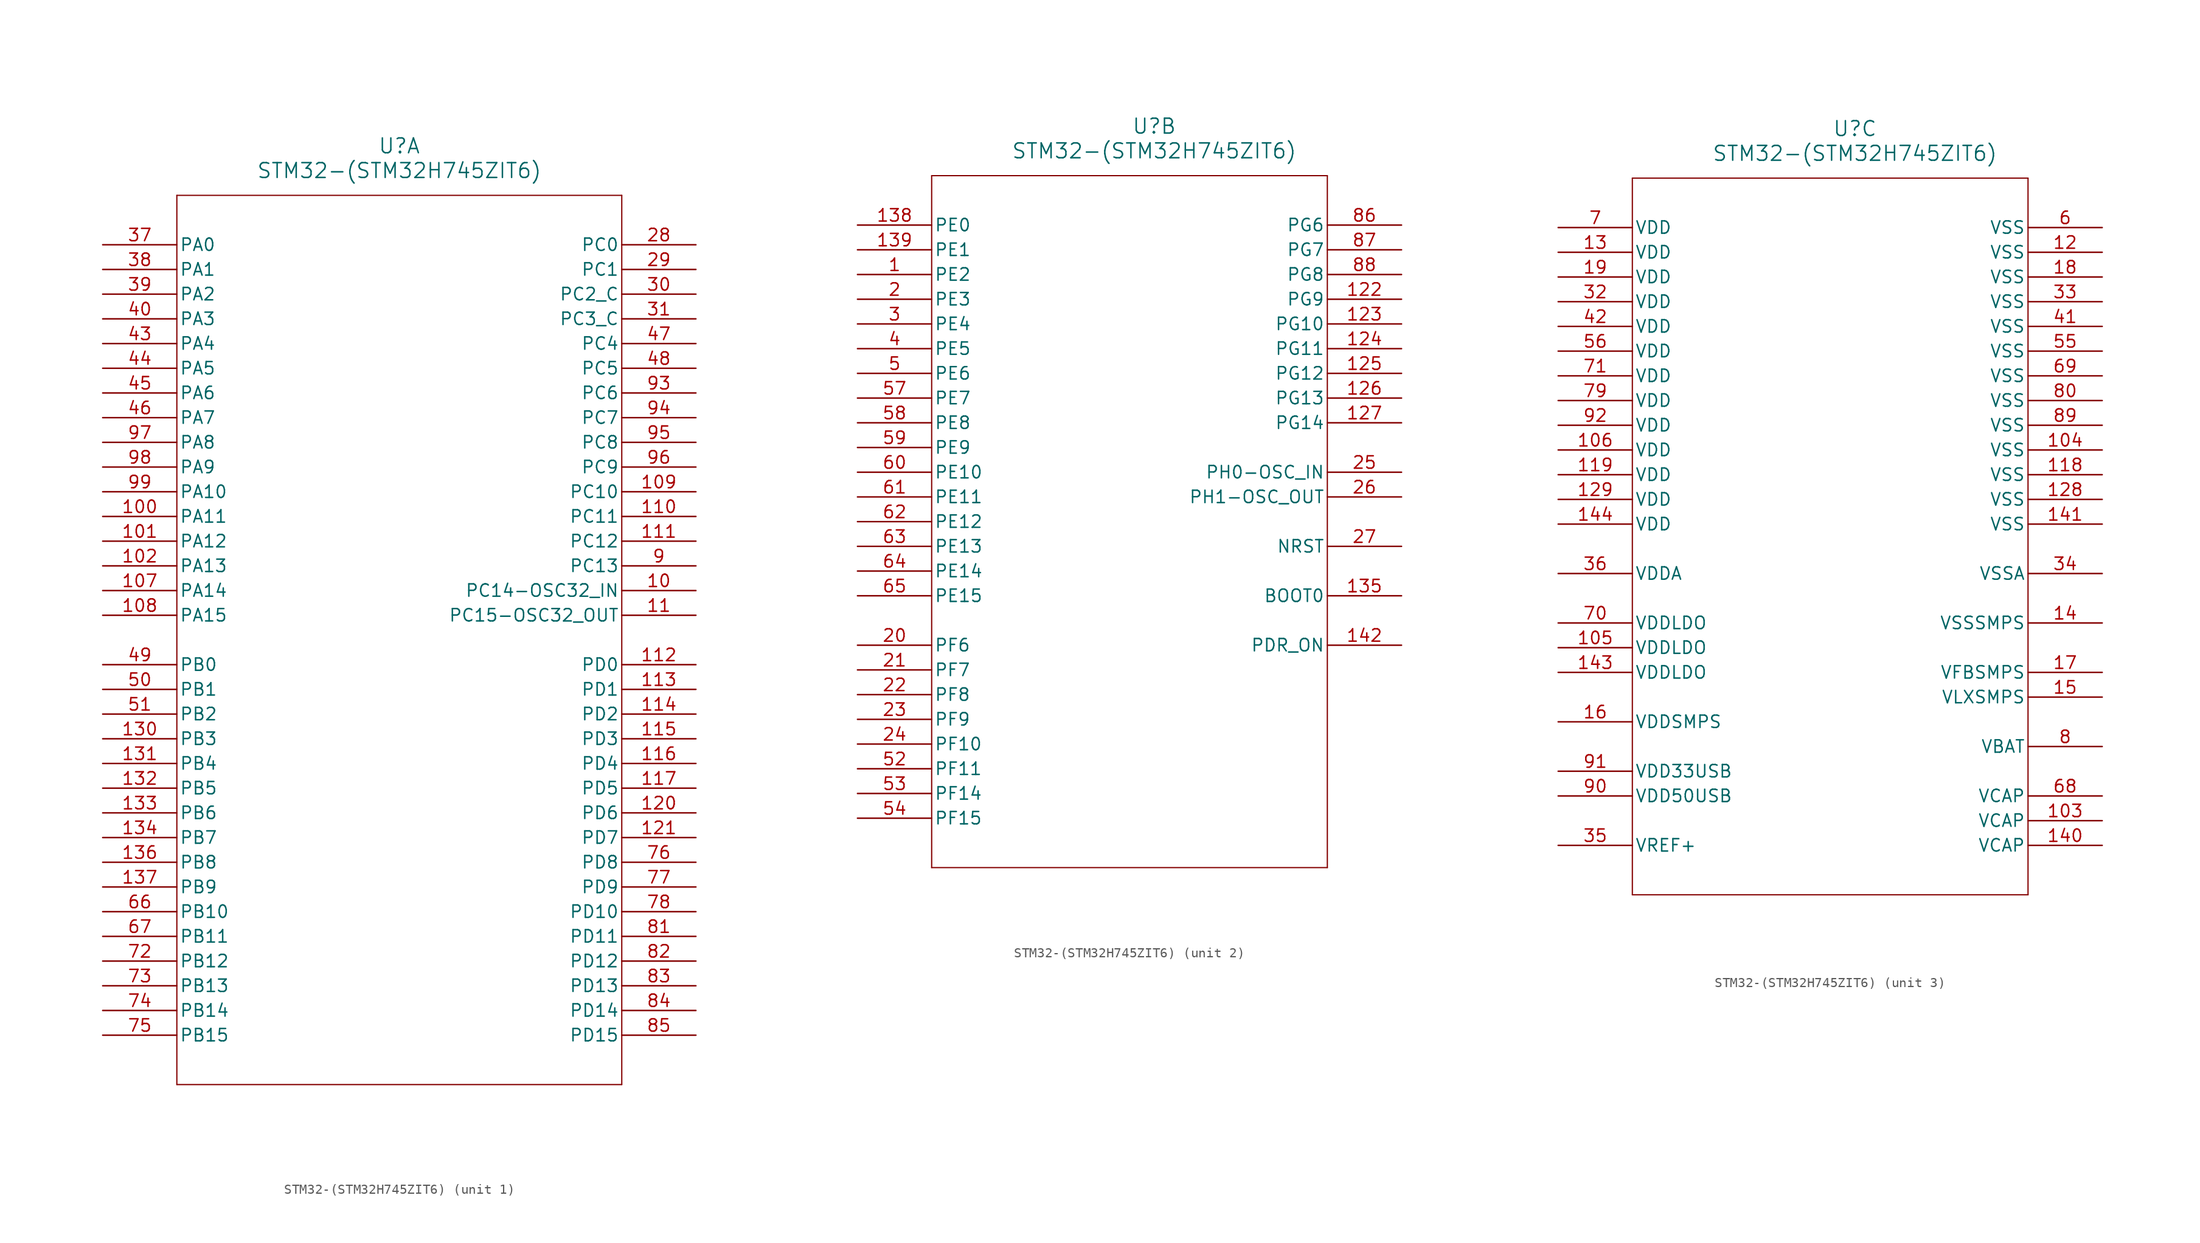
<source format=kicad_sym>
(kicad_symbol_lib
  (version 20220914)
  (generator kicad_symbol_editor)
  (symbol "STM32-(STM32H745ZIT6)"
    (pin_names
      (offset 0.254))
    (property "Reference" "U"
      (at 30.48 10.16 0)
      (effects (font (size 1.524 1.524))))
    (property "Value" "STM32-(STM32H745ZIT6)"
      (at 30.48 7.62 0)
      (effects (font (size 1.524 1.524))))
    (property "ki_locked" ""
      (at 0 0 0)
      (effects (font (size 1.27 1.27))))
    (symbol "STM32-(STM32H745ZIT6)_1_1"
      (polyline (pts (xy 7.62 -86.36) (xy 53.34 -86.36)) (stroke (width 0.127) (type default)) (fill (type none)))
      (polyline (pts (xy 7.62 5.08) (xy 7.62 -86.36)) (stroke (width 0.127) (type default)) (fill (type none)))
      (polyline (pts (xy 53.34 -86.36) (xy 53.34 5.08)) (stroke (width 0.127) (type default)) (fill (type none)))
      (polyline (pts (xy 53.34 5.08) (xy 7.62 5.08)) (stroke (width 0.127) (type default)) (fill (type none)))
      (pin bidirectional line (at 60.96 -35.56 180) (length 7.62) (name "PC14-OSC32_IN" (effects (font (size 1.27 1.27)))) (number "10" (effects (font (size 1.27 1.27)))))
      (pin bidirectional line (at 0 -27.94 0) (length 7.62) (name "PA11" (effects (font (size 1.27 1.27)))) (number "100" (effects (font (size 1.27 1.27)))))
      (pin bidirectional line (at 0 -30.48 0) (length 7.62) (name "PA12" (effects (font (size 1.27 1.27)))) (number "101" (effects (font (size 1.27 1.27)))))
      (pin bidirectional line (at 0 -33.02 0) (length 7.62) (name "PA13" (effects (font (size 1.27 1.27)))) (number "102" (effects (font (size 1.27 1.27)))))
      (pin bidirectional line (at 0 -35.56 0) (length 7.62) (name "PA14" (effects (font (size 1.27 1.27)))) (number "107" (effects (font (size 1.27 1.27)))))
      (pin bidirectional line (at 0 -38.1 0) (length 7.62) (name "PA15" (effects (font (size 1.27 1.27)))) (number "108" (effects (font (size 1.27 1.27)))))
      (pin bidirectional line (at 60.96 -25.4 180) (length 7.62) (name "PC10" (effects (font (size 1.27 1.27)))) (number "109" (effects (font (size 1.27 1.27)))))
      (pin bidirectional line (at 60.96 -38.1 180) (length 7.62) (name "PC15-OSC32_OUT" (effects (font (size 1.27 1.27)))) (number "11" (effects (font (size 1.27 1.27)))))
      (pin bidirectional line (at 60.96 -27.94 180) (length 7.62) (name "PC11" (effects (font (size 1.27 1.27)))) (number "110" (effects (font (size 1.27 1.27)))))
      (pin bidirectional line (at 60.96 -30.48 180) (length 7.62) (name "PC12" (effects (font (size 1.27 1.27)))) (number "111" (effects (font (size 1.27 1.27)))))
      (pin bidirectional line (at 60.96 -43.18 180) (length 7.62) (name "PD0" (effects (font (size 1.27 1.27)))) (number "112" (effects (font (size 1.27 1.27)))))
      (pin bidirectional line (at 60.96 -45.72 180) (length 7.62) (name "PD1" (effects (font (size 1.27 1.27)))) (number "113" (effects (font (size 1.27 1.27)))))
      (pin bidirectional line (at 60.96 -48.26 180) (length 7.62) (name "PD2" (effects (font (size 1.27 1.27)))) (number "114" (effects (font (size 1.27 1.27)))))
      (pin bidirectional line (at 60.96 -50.8 180) (length 7.62) (name "PD3" (effects (font (size 1.27 1.27)))) (number "115" (effects (font (size 1.27 1.27)))))
      (pin bidirectional line (at 60.96 -53.34 180) (length 7.62) (name "PD4" (effects (font (size 1.27 1.27)))) (number "116" (effects (font (size 1.27 1.27)))))
      (pin bidirectional line (at 60.96 -55.88 180) (length 7.62) (name "PD5" (effects (font (size 1.27 1.27)))) (number "117" (effects (font (size 1.27 1.27)))))
      (pin bidirectional line (at 60.96 -58.42 180) (length 7.62) (name "PD6" (effects (font (size 1.27 1.27)))) (number "120" (effects (font (size 1.27 1.27)))))
      (pin bidirectional line (at 60.96 -60.96 180) (length 7.62) (name "PD7" (effects (font (size 1.27 1.27)))) (number "121" (effects (font (size 1.27 1.27)))))
      (pin bidirectional line (at 0 -50.8 0) (length 7.62) (name "PB3" (effects (font (size 1.27 1.27)))) (number "130" (effects (font (size 1.27 1.27)))))
      (pin bidirectional line (at 0 -53.34 0) (length 7.62) (name "PB4" (effects (font (size 1.27 1.27)))) (number "131" (effects (font (size 1.27 1.27)))))
      (pin bidirectional line (at 0 -55.88 0) (length 7.62) (name "PB5" (effects (font (size 1.27 1.27)))) (number "132" (effects (font (size 1.27 1.27)))))
      (pin bidirectional line (at 0 -58.42 0) (length 7.62) (name "PB6" (effects (font (size 1.27 1.27)))) (number "133" (effects (font (size 1.27 1.27)))))
      (pin bidirectional line (at 0 -60.96 0) (length 7.62) (name "PB7" (effects (font (size 1.27 1.27)))) (number "134" (effects (font (size 1.27 1.27)))))
      (pin bidirectional line (at 0 -63.5 0) (length 7.62) (name "PB8" (effects (font (size 1.27 1.27)))) (number "136" (effects (font (size 1.27 1.27)))))
      (pin bidirectional line (at 0 -66.04 0) (length 7.62) (name "PB9" (effects (font (size 1.27 1.27)))) (number "137" (effects (font (size 1.27 1.27)))))
      (pin bidirectional line (at 60.96 0 180) (length 7.62) (name "PC0" (effects (font (size 1.27 1.27)))) (number "28" (effects (font (size 1.27 1.27)))))
      (pin bidirectional line (at 60.96 -2.54 180) (length 7.62) (name "PC1" (effects (font (size 1.27 1.27)))) (number "29" (effects (font (size 1.27 1.27)))))
      (pin bidirectional line (at 60.96 -5.08 180) (length 7.62) (name "PC2_C" (effects (font (size 1.27 1.27)))) (number "30" (effects (font (size 1.27 1.27)))))
      (pin bidirectional line (at 60.96 -7.62 180) (length 7.62) (name "PC3_C" (effects (font (size 1.27 1.27)))) (number "31" (effects (font (size 1.27 1.27)))))
      (pin bidirectional line (at 0 0 0) (length 7.62) (name "PA0" (effects (font (size 1.27 1.27)))) (number "37" (effects (font (size 1.27 1.27)))))
      (pin bidirectional line (at 0 -2.54 0) (length 7.62) (name "PA1" (effects (font (size 1.27 1.27)))) (number "38" (effects (font (size 1.27 1.27)))))
      (pin bidirectional line (at 0 -5.08 0) (length 7.62) (name "PA2" (effects (font (size 1.27 1.27)))) (number "39" (effects (font (size 1.27 1.27)))))
      (pin bidirectional line (at 0 -7.62 0) (length 7.62) (name "PA3" (effects (font (size 1.27 1.27)))) (number "40" (effects (font (size 1.27 1.27)))))
      (pin bidirectional line (at 0 -10.16 0) (length 7.62) (name "PA4" (effects (font (size 1.27 1.27)))) (number "43" (effects (font (size 1.27 1.27)))))
      (pin bidirectional line (at 0 -12.7 0) (length 7.62) (name "PA5" (effects (font (size 1.27 1.27)))) (number "44" (effects (font (size 1.27 1.27)))))
      (pin bidirectional line (at 0 -15.24 0) (length 7.62) (name "PA6" (effects (font (size 1.27 1.27)))) (number "45" (effects (font (size 1.27 1.27)))))
      (pin bidirectional line (at 0 -17.78 0) (length 7.62) (name "PA7" (effects (font (size 1.27 1.27)))) (number "46" (effects (font (size 1.27 1.27)))))
      (pin bidirectional line (at 60.96 -10.16 180) (length 7.62) (name "PC4" (effects (font (size 1.27 1.27)))) (number "47" (effects (font (size 1.27 1.27)))))
      (pin bidirectional line (at 60.96 -12.7 180) (length 7.62) (name "PC5" (effects (font (size 1.27 1.27)))) (number "48" (effects (font (size 1.27 1.27)))))
      (pin bidirectional line (at 0 -43.18 0) (length 7.62) (name "PB0" (effects (font (size 1.27 1.27)))) (number "49" (effects (font (size 1.27 1.27)))))
      (pin bidirectional line (at 0 -45.72 0) (length 7.62) (name "PB1" (effects (font (size 1.27 1.27)))) (number "50" (effects (font (size 1.27 1.27)))))
      (pin bidirectional line (at 0 -48.26 0) (length 7.62) (name "PB2" (effects (font (size 1.27 1.27)))) (number "51" (effects (font (size 1.27 1.27)))))
      (pin bidirectional line (at 0 -68.58 0) (length 7.62) (name "PB10" (effects (font (size 1.27 1.27)))) (number "66" (effects (font (size 1.27 1.27)))))
      (pin bidirectional line (at 0 -71.12 0) (length 7.62) (name "PB11" (effects (font (size 1.27 1.27)))) (number "67" (effects (font (size 1.27 1.27)))))
      (pin bidirectional line (at 0 -73.66 0) (length 7.62) (name "PB12" (effects (font (size 1.27 1.27)))) (number "72" (effects (font (size 1.27 1.27)))))
      (pin bidirectional line (at 0 -76.2 0) (length 7.62) (name "PB13" (effects (font (size 1.27 1.27)))) (number "73" (effects (font (size 1.27 1.27)))))
      (pin bidirectional line (at 0 -78.74 0) (length 7.62) (name "PB14" (effects (font (size 1.27 1.27)))) (number "74" (effects (font (size 1.27 1.27)))))
      (pin bidirectional line (at 0 -81.28 0) (length 7.62) (name "PB15" (effects (font (size 1.27 1.27)))) (number "75" (effects (font (size 1.27 1.27)))))
      (pin bidirectional line (at 60.96 -63.5 180) (length 7.62) (name "PD8" (effects (font (size 1.27 1.27)))) (number "76" (effects (font (size 1.27 1.27)))))
      (pin bidirectional line (at 60.96 -66.04 180) (length 7.62) (name "PD9" (effects (font (size 1.27 1.27)))) (number "77" (effects (font (size 1.27 1.27)))))
      (pin bidirectional line (at 60.96 -68.58 180) (length 7.62) (name "PD10" (effects (font (size 1.27 1.27)))) (number "78" (effects (font (size 1.27 1.27)))))
      (pin bidirectional line (at 60.96 -71.12 180) (length 7.62) (name "PD11" (effects (font (size 1.27 1.27)))) (number "81" (effects (font (size 1.27 1.27)))))
      (pin bidirectional line (at 60.96 -73.66 180) (length 7.62) (name "PD12" (effects (font (size 1.27 1.27)))) (number "82" (effects (font (size 1.27 1.27)))))
      (pin bidirectional line (at 60.96 -76.2 180) (length 7.62) (name "PD13" (effects (font (size 1.27 1.27)))) (number "83" (effects (font (size 1.27 1.27)))))
      (pin bidirectional line (at 60.96 -78.74 180) (length 7.62) (name "PD14" (effects (font (size 1.27 1.27)))) (number "84" (effects (font (size 1.27 1.27)))))
      (pin bidirectional line (at 60.96 -81.28 180) (length 7.62) (name "PD15" (effects (font (size 1.27 1.27)))) (number "85" (effects (font (size 1.27 1.27)))))
      (pin bidirectional line (at 60.96 -33.02 180) (length 7.62) (name "PC13" (effects (font (size 1.27 1.27)))) (number "9" (effects (font (size 1.27 1.27)))))
      (pin bidirectional line (at 60.96 -15.24 180) (length 7.62) (name "PC6" (effects (font (size 1.27 1.27)))) (number "93" (effects (font (size 1.27 1.27)))))
      (pin bidirectional line (at 60.96 -17.78 180) (length 7.62) (name "PC7" (effects (font (size 1.27 1.27)))) (number "94" (effects (font (size 1.27 1.27)))))
      (pin bidirectional line (at 60.96 -20.32 180) (length 7.62) (name "PC8" (effects (font (size 1.27 1.27)))) (number "95" (effects (font (size 1.27 1.27)))))
      (pin bidirectional line (at 60.96 -22.86 180) (length 7.62) (name "PC9" (effects (font (size 1.27 1.27)))) (number "96" (effects (font (size 1.27 1.27)))))
      (pin bidirectional line (at 0 -20.32 0) (length 7.62) (name "PA8" (effects (font (size 1.27 1.27)))) (number "97" (effects (font (size 1.27 1.27)))))
      (pin bidirectional line (at 0 -22.86 0) (length 7.62) (name "PA9" (effects (font (size 1.27 1.27)))) (number "98" (effects (font (size 1.27 1.27)))))
      (pin bidirectional line (at 0 -25.4 0) (length 7.62) (name "PA10" (effects (font (size 1.27 1.27)))) (number "99" (effects (font (size 1.27 1.27))))))
    (symbol "STM32-(STM32H745ZIT6)_2_1"
      (polyline (pts (xy 7.62 -66.04) (xy 48.26 -66.04)) (stroke (width 0.127) (type default)) (fill (type none)))
      (polyline (pts (xy 7.62 5.08) (xy 7.62 -66.04)) (stroke (width 0.127) (type default)) (fill (type none)))
      (polyline (pts (xy 48.26 -66.04) (xy 48.26 5.08)) (stroke (width 0.127) (type default)) (fill (type none)))
      (polyline (pts (xy 48.26 5.08) (xy 7.62 5.08)) (stroke (width 0.127) (type default)) (fill (type none)))
      (pin bidirectional line (at 0 -5.08 0) (length 7.62) (name "PE2" (effects (font (size 1.27 1.27)))) (number "1" (effects (font (size 1.27 1.27)))))
      (pin bidirectional line (at 55.88 -7.62 180) (length 7.62) (name "PG9" (effects (font (size 1.27 1.27)))) (number "122" (effects (font (size 1.27 1.27)))))
      (pin bidirectional line (at 55.88 -10.16 180) (length 7.62) (name "PG10" (effects (font (size 1.27 1.27)))) (number "123" (effects (font (size 1.27 1.27)))))
      (pin bidirectional line (at 55.88 -12.7 180) (length 7.62) (name "PG11" (effects (font (size 1.27 1.27)))) (number "124" (effects (font (size 1.27 1.27)))))
      (pin bidirectional line (at 55.88 -15.24 180) (length 7.62) (name "PG12" (effects (font (size 1.27 1.27)))) (number "125" (effects (font (size 1.27 1.27)))))
      (pin bidirectional line (at 55.88 -17.78 180) (length 7.62) (name "PG13" (effects (font (size 1.27 1.27)))) (number "126" (effects (font (size 1.27 1.27)))))
      (pin bidirectional line (at 55.88 -20.32 180) (length 7.62) (name "PG14" (effects (font (size 1.27 1.27)))) (number "127" (effects (font (size 1.27 1.27)))))
      (pin input line (at 55.88 -38.1 180) (length 7.62) (name "BOOT0" (effects (font (size 1.27 1.27)))) (number "135" (effects (font (size 1.27 1.27)))))
      (pin bidirectional line (at 0 0 0) (length 7.62) (name "PE0" (effects (font (size 1.27 1.27)))) (number "138" (effects (font (size 1.27 1.27)))))
      (pin bidirectional line (at 0 -2.54 0) (length 7.62) (name "PE1" (effects (font (size 1.27 1.27)))) (number "139" (effects (font (size 1.27 1.27)))))
      (pin bidirectional line (at 55.88 -43.18 180) (length 7.62) (name "PDR_ON" (effects (font (size 1.27 1.27)))) (number "142" (effects (font (size 1.27 1.27)))))
      (pin bidirectional line (at 0 -7.62 0) (length 7.62) (name "PE3" (effects (font (size 1.27 1.27)))) (number "2" (effects (font (size 1.27 1.27)))))
      (pin bidirectional line (at 0 -43.18 0) (length 7.62) (name "PF6" (effects (font (size 1.27 1.27)))) (number "20" (effects (font (size 1.27 1.27)))))
      (pin bidirectional line (at 0 -45.72 0) (length 7.62) (name "PF7" (effects (font (size 1.27 1.27)))) (number "21" (effects (font (size 1.27 1.27)))))
      (pin bidirectional line (at 0 -48.26 0) (length 7.62) (name "PF8" (effects (font (size 1.27 1.27)))) (number "22" (effects (font (size 1.27 1.27)))))
      (pin bidirectional line (at 0 -50.8 0) (length 7.62) (name "PF9" (effects (font (size 1.27 1.27)))) (number "23" (effects (font (size 1.27 1.27)))))
      (pin bidirectional line (at 0 -53.34 0) (length 7.62) (name "PF10" (effects (font (size 1.27 1.27)))) (number "24" (effects (font (size 1.27 1.27)))))
      (pin bidirectional line (at 55.88 -25.4 180) (length 7.62) (name "PH0-OSC_IN" (effects (font (size 1.27 1.27)))) (number "25" (effects (font (size 1.27 1.27)))))
      (pin bidirectional line (at 55.88 -27.94 180) (length 7.62) (name "PH1-OSC_OUT" (effects (font (size 1.27 1.27)))) (number "26" (effects (font (size 1.27 1.27)))))
      (pin bidirectional line (at 55.88 -33.02 180) (length 7.62) (name "NRST" (effects (font (size 1.27 1.27)))) (number "27" (effects (font (size 1.27 1.27)))))
      (pin bidirectional line (at 0 -10.16 0) (length 7.62) (name "PE4" (effects (font (size 1.27 1.27)))) (number "3" (effects (font (size 1.27 1.27)))))
      (pin bidirectional line (at 0 -12.7 0) (length 7.62) (name "PE5" (effects (font (size 1.27 1.27)))) (number "4" (effects (font (size 1.27 1.27)))))
      (pin bidirectional line (at 0 -15.24 0) (length 7.62) (name "PE6" (effects (font (size 1.27 1.27)))) (number "5" (effects (font (size 1.27 1.27)))))
      (pin bidirectional line (at 0 -55.88 0) (length 7.62) (name "PF11" (effects (font (size 1.27 1.27)))) (number "52" (effects (font (size 1.27 1.27)))))
      (pin bidirectional line (at 0 -58.42 0) (length 7.62) (name "PF14" (effects (font (size 1.27 1.27)))) (number "53" (effects (font (size 1.27 1.27)))))
      (pin bidirectional line (at 0 -60.96 0) (length 7.62) (name "PF15" (effects (font (size 1.27 1.27)))) (number "54" (effects (font (size 1.27 1.27)))))
      (pin bidirectional line (at 0 -17.78 0) (length 7.62) (name "PE7" (effects (font (size 1.27 1.27)))) (number "57" (effects (font (size 1.27 1.27)))))
      (pin bidirectional line (at 0 -20.32 0) (length 7.62) (name "PE8" (effects (font (size 1.27 1.27)))) (number "58" (effects (font (size 1.27 1.27)))))
      (pin bidirectional line (at 0 -22.86 0) (length 7.62) (name "PE9" (effects (font (size 1.27 1.27)))) (number "59" (effects (font (size 1.27 1.27)))))
      (pin bidirectional line (at 0 -25.4 0) (length 7.62) (name "PE10" (effects (font (size 1.27 1.27)))) (number "60" (effects (font (size 1.27 1.27)))))
      (pin bidirectional line (at 0 -27.94 0) (length 7.62) (name "PE11" (effects (font (size 1.27 1.27)))) (number "61" (effects (font (size 1.27 1.27)))))
      (pin bidirectional line (at 0 -30.48 0) (length 7.62) (name "PE12" (effects (font (size 1.27 1.27)))) (number "62" (effects (font (size 1.27 1.27)))))
      (pin bidirectional line (at 0 -33.02 0) (length 7.62) (name "PE13" (effects (font (size 1.27 1.27)))) (number "63" (effects (font (size 1.27 1.27)))))
      (pin bidirectional line (at 0 -35.56 0) (length 7.62) (name "PE14" (effects (font (size 1.27 1.27)))) (number "64" (effects (font (size 1.27 1.27)))))
      (pin bidirectional line (at 0 -38.1 0) (length 7.62) (name "PE15" (effects (font (size 1.27 1.27)))) (number "65" (effects (font (size 1.27 1.27)))))
      (pin bidirectional line (at 55.88 0 180) (length 7.62) (name "PG6" (effects (font (size 1.27 1.27)))) (number "86" (effects (font (size 1.27 1.27)))))
      (pin bidirectional line (at 55.88 -2.54 180) (length 7.62) (name "PG7" (effects (font (size 1.27 1.27)))) (number "87" (effects (font (size 1.27 1.27)))))
      (pin bidirectional line (at 55.88 -5.08 180) (length 7.62) (name "PG8" (effects (font (size 1.27 1.27)))) (number "88" (effects (font (size 1.27 1.27))))))
    (symbol "STM32-(STM32H745ZIT6)_3_1"
      (polyline (pts (xy 7.62 -68.58) (xy 48.26 -68.58)) (stroke (width 0.127) (type default)) (fill (type none)))
      (polyline (pts (xy 7.62 5.08) (xy 7.62 -68.58)) (stroke (width 0.127) (type default)) (fill (type none)))
      (polyline (pts (xy 48.26 -68.58) (xy 48.26 5.08)) (stroke (width 0.127) (type default)) (fill (type none)))
      (polyline (pts (xy 48.26 5.08) (xy 7.62 5.08)) (stroke (width 0.127) (type default)) (fill (type none)))
      (pin power_in line (at 55.88 -60.96 180) (length 7.62) (name "VCAP" (effects (font (size 1.27 1.27)))) (number "103" (effects (font (size 1.27 1.27)))))
      (pin power_in line (at 55.88 -22.86 180) (length 7.62) (name "VSS" (effects (font (size 1.27 1.27)))) (number "104" (effects (font (size 1.27 1.27)))))
      (pin power_in line (at 0 -43.18 0) (length 7.62) (name "VDDLDO" (effects (font (size 1.27 1.27)))) (number "105" (effects (font (size 1.27 1.27)))))
      (pin power_in line (at 0 -22.86 0) (length 7.62) (name "VDD" (effects (font (size 1.27 1.27)))) (number "106" (effects (font (size 1.27 1.27)))))
      (pin power_in line (at 55.88 -25.4 180) (length 7.62) (name "VSS" (effects (font (size 1.27 1.27)))) (number "118" (effects (font (size 1.27 1.27)))))
      (pin power_in line (at 0 -25.4 0) (length 7.62) (name "VDD" (effects (font (size 1.27 1.27)))) (number "119" (effects (font (size 1.27 1.27)))))
      (pin power_in line (at 55.88 -2.54 180) (length 7.62) (name "VSS" (effects (font (size 1.27 1.27)))) (number "12" (effects (font (size 1.27 1.27)))))
      (pin power_in line (at 55.88 -27.94 180) (length 7.62) (name "VSS" (effects (font (size 1.27 1.27)))) (number "128" (effects (font (size 1.27 1.27)))))
      (pin power_in line (at 0 -27.94 0) (length 7.62) (name "VDD" (effects (font (size 1.27 1.27)))) (number "129" (effects (font (size 1.27 1.27)))))
      (pin power_in line (at 0 -2.54 0) (length 7.62) (name "VDD" (effects (font (size 1.27 1.27)))) (number "13" (effects (font (size 1.27 1.27)))))
      (pin power_in line (at 55.88 -40.64 180) (length 7.62) (name "VSSSMPS" (effects (font (size 1.27 1.27)))) (number "14" (effects (font (size 1.27 1.27)))))
      (pin power_in line (at 55.88 -63.5 180) (length 7.62) (name "VCAP" (effects (font (size 1.27 1.27)))) (number "140" (effects (font (size 1.27 1.27)))))
      (pin power_in line (at 55.88 -30.48 180) (length 7.62) (name "VSS" (effects (font (size 1.27 1.27)))) (number "141" (effects (font (size 1.27 1.27)))))
      (pin power_in line (at 0 -45.72 0) (length 7.62) (name "VDDLDO" (effects (font (size 1.27 1.27)))) (number "143" (effects (font (size 1.27 1.27)))))
      (pin power_in line (at 0 -30.48 0) (length 7.62) (name "VDD" (effects (font (size 1.27 1.27)))) (number "144" (effects (font (size 1.27 1.27)))))
      (pin power_in line (at 55.88 -48.26 180) (length 7.62) (name "VLXSMPS" (effects (font (size 1.27 1.27)))) (number "15" (effects (font (size 1.27 1.27)))))
      (pin power_in line (at 0 -50.8 0) (length 7.62) (name "VDDSMPS" (effects (font (size 1.27 1.27)))) (number "16" (effects (font (size 1.27 1.27)))))
      (pin power_in line (at 55.88 -45.72 180) (length 7.62) (name "VFBSMPS" (effects (font (size 1.27 1.27)))) (number "17" (effects (font (size 1.27 1.27)))))
      (pin power_in line (at 55.88 -5.08 180) (length 7.62) (name "VSS" (effects (font (size 1.27 1.27)))) (number "18" (effects (font (size 1.27 1.27)))))
      (pin power_in line (at 0 -5.08 0) (length 7.62) (name "VDD" (effects (font (size 1.27 1.27)))) (number "19" (effects (font (size 1.27 1.27)))))
      (pin power_in line (at 0 -7.62 0) (length 7.62) (name "VDD" (effects (font (size 1.27 1.27)))) (number "32" (effects (font (size 1.27 1.27)))))
      (pin power_in line (at 55.88 -7.62 180) (length 7.62) (name "VSS" (effects (font (size 1.27 1.27)))) (number "33" (effects (font (size 1.27 1.27)))))
      (pin power_in line (at 55.88 -35.56 180) (length 7.62) (name "VSSA" (effects (font (size 1.27 1.27)))) (number "34" (effects (font (size 1.27 1.27)))))
      (pin power_in line (at 0 -63.5 0) (length 7.62) (name "VREF+" (effects (font (size 1.27 1.27)))) (number "35" (effects (font (size 1.27 1.27)))))
      (pin power_in line (at 0 -35.56 0) (length 7.62) (name "VDDA" (effects (font (size 1.27 1.27)))) (number "36" (effects (font (size 1.27 1.27)))))
      (pin power_in line (at 55.88 -10.16 180) (length 7.62) (name "VSS" (effects (font (size 1.27 1.27)))) (number "41" (effects (font (size 1.27 1.27)))))
      (pin power_in line (at 0 -10.16 0) (length 7.62) (name "VDD" (effects (font (size 1.27 1.27)))) (number "42" (effects (font (size 1.27 1.27)))))
      (pin power_in line (at 55.88 -12.7 180) (length 7.62) (name "VSS" (effects (font (size 1.27 1.27)))) (number "55" (effects (font (size 1.27 1.27)))))
      (pin power_in line (at 0 -12.7 0) (length 7.62) (name "VDD" (effects (font (size 1.27 1.27)))) (number "56" (effects (font (size 1.27 1.27)))))
      (pin power_in line (at 55.88 0 180) (length 7.62) (name "VSS" (effects (font (size 1.27 1.27)))) (number "6" (effects (font (size 1.27 1.27)))))
      (pin power_in line (at 55.88 -58.42 180) (length 7.62) (name "VCAP" (effects (font (size 1.27 1.27)))) (number "68" (effects (font (size 1.27 1.27)))))
      (pin power_in line (at 55.88 -15.24 180) (length 7.62) (name "VSS" (effects (font (size 1.27 1.27)))) (number "69" (effects (font (size 1.27 1.27)))))
      (pin power_in line (at 0 0 0) (length 7.62) (name "VDD" (effects (font (size 1.27 1.27)))) (number "7" (effects (font (size 1.27 1.27)))))
      (pin power_in line (at 0 -40.64 0) (length 7.62) (name "VDDLDO" (effects (font (size 1.27 1.27)))) (number "70" (effects (font (size 1.27 1.27)))))
      (pin power_in line (at 0 -15.24 0) (length 7.62) (name "VDD" (effects (font (size 1.27 1.27)))) (number "71" (effects (font (size 1.27 1.27)))))
      (pin power_in line (at 0 -17.78 0) (length 7.62) (name "VDD" (effects (font (size 1.27 1.27)))) (number "79" (effects (font (size 1.27 1.27)))))
      (pin power_in line (at 55.88 -53.34 180) (length 7.62) (name "VBAT" (effects (font (size 1.27 1.27)))) (number "8" (effects (font (size 1.27 1.27)))))
      (pin power_in line (at 55.88 -17.78 180) (length 7.62) (name "VSS" (effects (font (size 1.27 1.27)))) (number "80" (effects (font (size 1.27 1.27)))))
      (pin power_in line (at 55.88 -20.32 180) (length 7.62) (name "VSS" (effects (font (size 1.27 1.27)))) (number "89" (effects (font (size 1.27 1.27)))))
      (pin power_in line (at 0 -58.42 0) (length 7.62) (name "VDD50USB" (effects (font (size 1.27 1.27)))) (number "90" (effects (font (size 1.27 1.27)))))
      (pin power_in line (at 0 -55.88 0) (length 7.62) (name "VDD33USB" (effects (font (size 1.27 1.27)))) (number "91" (effects (font (size 1.27 1.27)))))
      (pin power_in line (at 0 -20.32 0) (length 7.62) (name "VDD" (effects (font (size 1.27 1.27)))) (number "92" (effects (font (size 1.27 1.27))))))))
</source>
